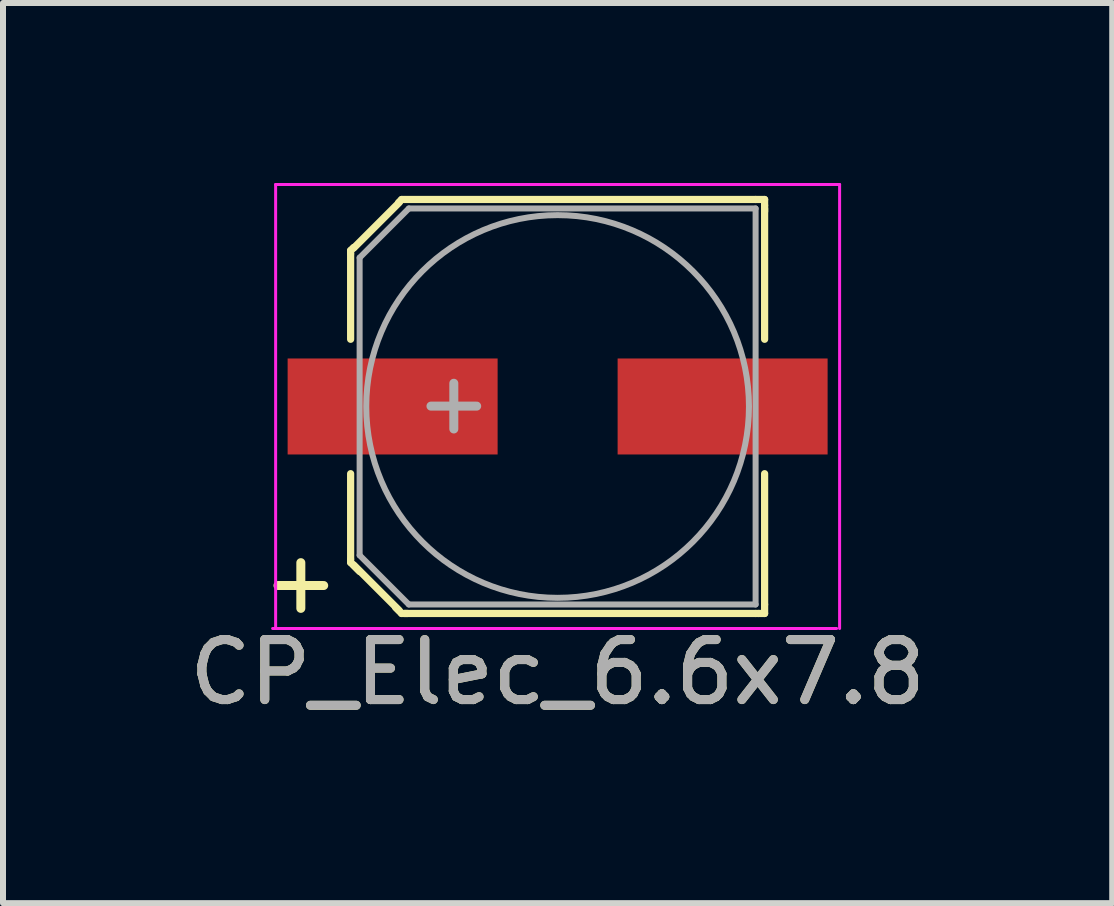
<source format=kicad_pcb>
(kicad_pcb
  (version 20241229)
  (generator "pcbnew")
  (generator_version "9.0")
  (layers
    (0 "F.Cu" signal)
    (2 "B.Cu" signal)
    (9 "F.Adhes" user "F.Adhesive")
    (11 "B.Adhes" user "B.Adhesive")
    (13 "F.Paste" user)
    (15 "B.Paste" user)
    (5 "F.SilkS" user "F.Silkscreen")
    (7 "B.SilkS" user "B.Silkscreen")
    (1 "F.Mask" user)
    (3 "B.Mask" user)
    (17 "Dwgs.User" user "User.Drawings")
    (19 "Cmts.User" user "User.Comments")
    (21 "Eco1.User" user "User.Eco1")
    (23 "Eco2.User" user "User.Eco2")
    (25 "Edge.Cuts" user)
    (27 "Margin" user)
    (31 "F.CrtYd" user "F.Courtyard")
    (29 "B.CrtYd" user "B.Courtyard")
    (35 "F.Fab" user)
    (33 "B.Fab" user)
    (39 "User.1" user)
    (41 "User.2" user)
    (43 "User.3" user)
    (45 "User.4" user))
  (footprint "CP_Elec_6.6x7.8"
    (layer "F.Cu")
    (at 6.244 3.725)
    (property "Reference" "CP_Elec_6.6x7.8" (at 0 4.43 0) (layer "F.SilkS") (effects (font (size 1 1) (thickness 0.15))))
    (attr smd)
    (fp_line (start -3.45 -2.6) (end -3.4 -2.65) (stroke (width 0.12) (type solid)) (layer "F.SilkS"))
    (fp_line (start -3.45 -2.55) (end -3.45 -2.6) (stroke (width 0.12) (type solid)) (layer "F.SilkS"))
    (fp_line (start -3.45 -2.54) (end -3.45 -1.12) (stroke (width 0.12) (type solid)) (layer "F.SilkS"))
    (fp_line (start -3.45 2.54) (end -3.45 1.12) (stroke (width 0.12) (type solid)) (layer "F.SilkS"))
    (fp_line (start -3.45 2.55) (end -3.45 2.6) (stroke (width 0.12) (type solid)) (layer "F.SilkS"))
    (fp_line (start -3.45 2.6) (end -3.3 2.75) (stroke (width 0.12) (type solid)) (layer "F.SilkS"))
    (fp_line (start -3.4 -2.64) (end -2.64 -3.4) (stroke (width 0.12) (type solid)) (layer "F.SilkS"))
    (fp_line (start -2.64 3.4) (end -3.4 2.64) (stroke (width 0.12) (type solid)) (layer "F.SilkS"))
    (fp_line (start -2.6 -3.45) (end -2.65 -3.4) (stroke (width 0.12) (type solid)) (layer "F.SilkS"))
    (fp_line (start -2.6 3.45) (end -2.7 3.35) (stroke (width 0.12) (type solid)) (layer "F.SilkS"))
    (fp_line (start -2.55 -3.45) (end -2.6 -3.45) (stroke (width 0.12) (type solid)) (layer "F.SilkS"))
    (fp_line (start -2.55 3.45) (end -2.6 3.45) (stroke (width 0.12) (type solid)) (layer "F.SilkS"))
    (fp_line (start -2.54 -3.45) (end 3.3 -3.45) (stroke (width 0.12) (type solid)) (layer "F.SilkS"))
    (fp_line (start -2.5 3.45) (end -2.55 3.45) (stroke (width 0.12) (type solid)) (layer "F.SilkS"))
    (fp_line (start 3.3 -3.45) (end 3.45 -3.45) (stroke (width 0.12) (type solid)) (layer "F.SilkS"))
    (fp_line (start 3.3 3.45) (end -2.54 3.45) (stroke (width 0.12) (type solid)) (layer "F.SilkS"))
    (fp_line (start 3.3 3.45) (end 3.35 3.45) (stroke (width 0.12) (type solid)) (layer "F.SilkS"))
    (fp_line (start 3.45 -3.45) (end 3.45 -3.35) (stroke (width 0.12) (type solid)) (layer "F.SilkS"))
    (fp_line (start 3.45 -3.3) (end 3.45 -1.12) (stroke (width 0.12) (type solid)) (layer "F.SilkS"))
    (fp_line (start 3.45 -3.25) (end 3.45 -3.35) (stroke (width 0.12) (type solid)) (layer "F.SilkS"))
    (fp_line (start 3.45 3.3) (end 3.45 1.12) (stroke (width 0.12) (type solid)) (layer "F.SilkS"))
    (fp_line (start 3.45 3.3) (end 3.45 3.45) (stroke (width 0.12) (type solid)) (layer "F.SilkS"))
    (fp_line (start 3.45 3.45) (end 3.35 3.45) (stroke (width 0.12) (type solid)) (layer "F.SilkS"))
    (fp_line (start -4.7 -3.7) (end -4.7 3.7) (stroke (width 0.05) (type solid)) (layer "F.CrtYd"))
    (fp_line (start -4.7 -3.7) (end 4.7 -3.7) (stroke (width 0.05) (type solid)) (layer "F.CrtYd"))
    (fp_line (start 4.65 3.7) (end -4.75 3.7) (stroke (width 0.05) (type solid)) (layer "F.CrtYd"))
    (fp_line (start 4.7 3.7) (end 4.7 -3.7) (stroke (width 0.05) (type solid)) (layer "F.CrtYd"))
    (fp_line (start -3.3 -2.48) (end -3.3 2.48) (stroke (width 0.1) (type solid)) (layer "F.Fab"))
    (fp_line (start -3.3 2.48) (end -2.48 3.3) (stroke (width 0.1) (type solid)) (layer "F.Fab"))
    (fp_line (start -2.48 -3.3) (end -3.3 -2.48) (stroke (width 0.1) (type solid)) (layer "F.Fab"))
    (fp_line (start -2.48 3.3) (end 3.3 3.3) (stroke (width 0.1) (type solid)) (layer "F.Fab"))
    (fp_line (start 3.3 -3.3) (end -2.48 -3.3) (stroke (width 0.1) (type solid)) (layer "F.Fab"))
    (fp_line (start 3.3 3.3) (end 3.3 -3.3) (stroke (width 0.1) (type solid)) (layer "F.Fab"))
    (fp_circle (center 0 0) (end 0.5 3.15) (stroke (width 0.1) (type solid)) (fill no) (layer "F.Fab"))
    (fp_text user "+" (at -4.28 2.91 0) (layer "F.SilkS") (effects (font (size 1 1) (thickness 0.15))))
    (fp_text user "+" (at -1.73 -0.08 0) (layer "F.Fab") (effects (font (size 1 1) (thickness 0.15))))
    (fp_text user "${REFERENCE}" (at 0 4.43 0) (layer "F.Fab") (effects (font (size 1 1) (thickness 0.15))))
    (pad "1" smd rect (at -2.75 0 180) (size 3.5 1.6) (layers "F.Cu" "F.Mask" "F.Paste"))
    (pad "2" smd rect (at 2.75 0 180) (size 3.5 1.6) (layers "F.Cu" "F.Mask" "F.Paste")))
  (gr_rect
    (start -3 -3)
    (end 15.488 12.003)
    (stroke (width 0.1) (type default))
    (fill no)
    (layer "Edge.Cuts")))
</source>
